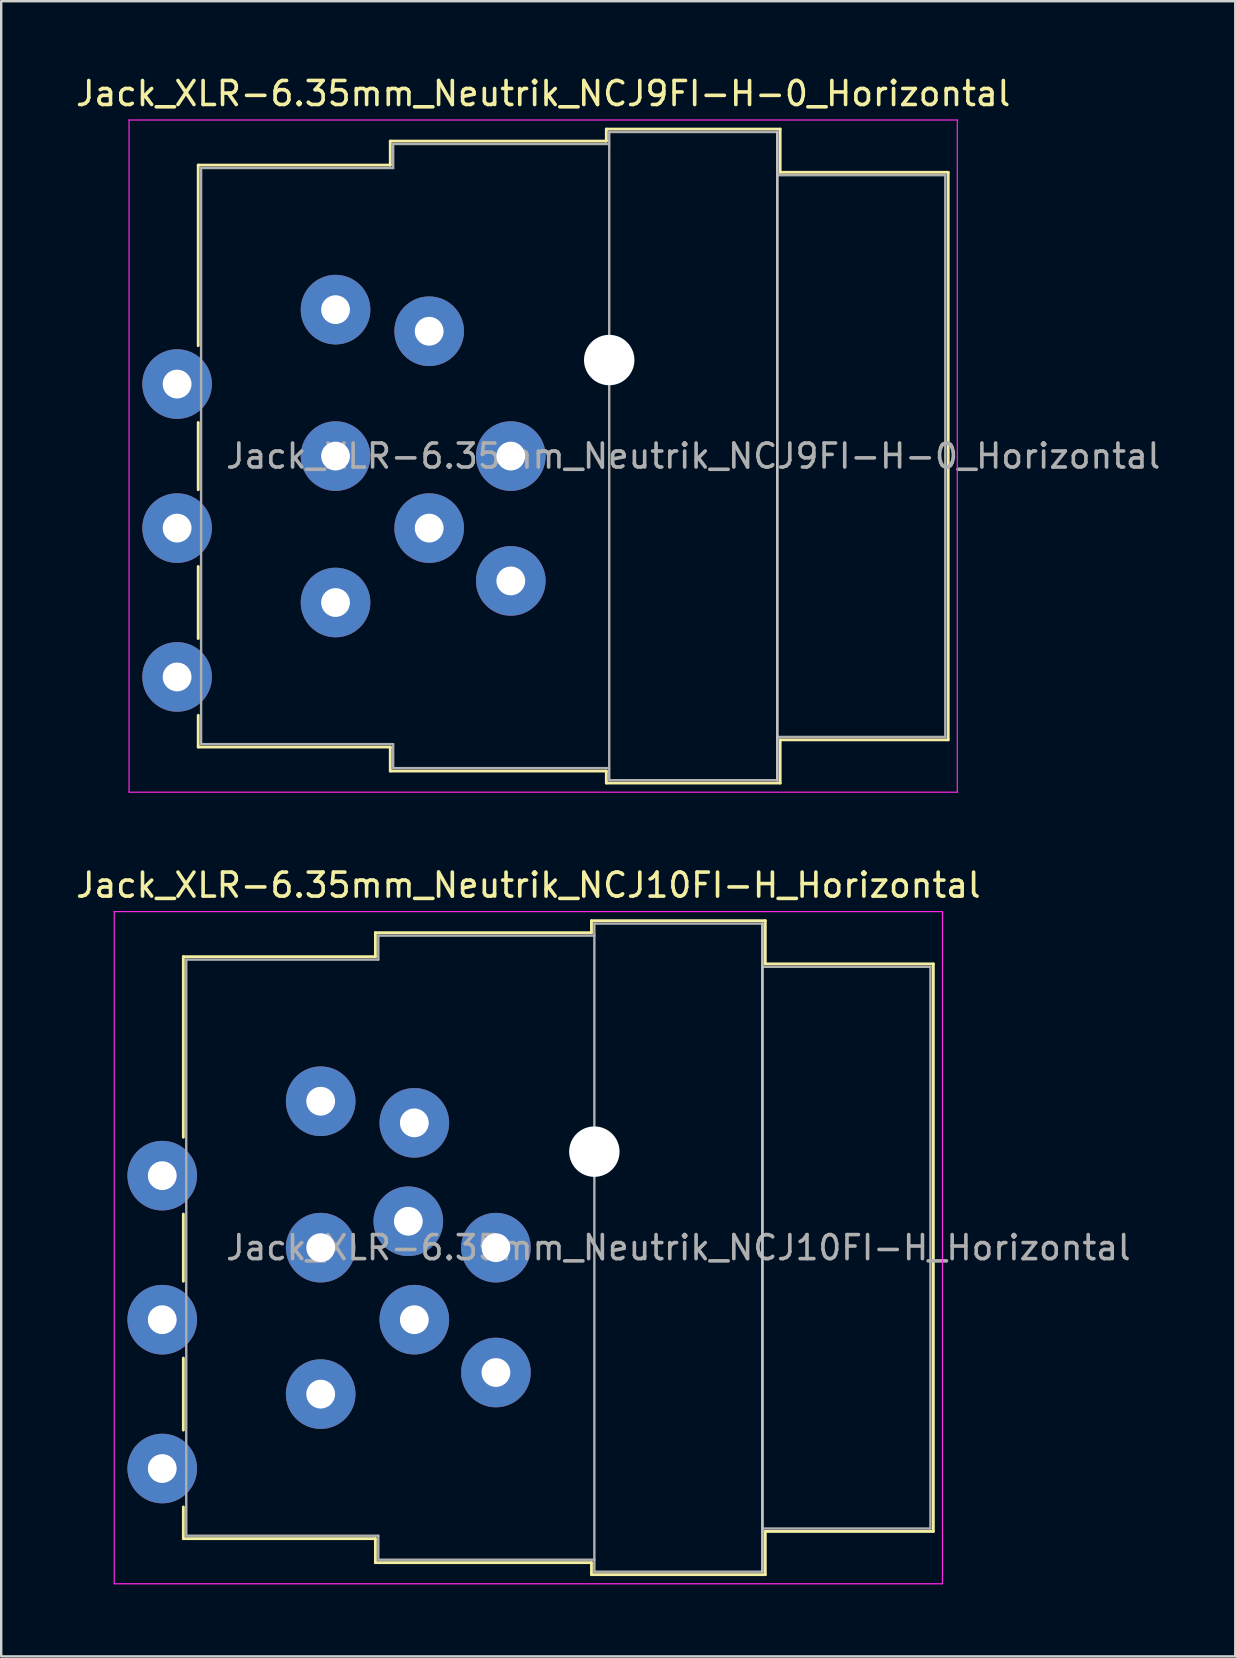
<source format=kicad_pcb>
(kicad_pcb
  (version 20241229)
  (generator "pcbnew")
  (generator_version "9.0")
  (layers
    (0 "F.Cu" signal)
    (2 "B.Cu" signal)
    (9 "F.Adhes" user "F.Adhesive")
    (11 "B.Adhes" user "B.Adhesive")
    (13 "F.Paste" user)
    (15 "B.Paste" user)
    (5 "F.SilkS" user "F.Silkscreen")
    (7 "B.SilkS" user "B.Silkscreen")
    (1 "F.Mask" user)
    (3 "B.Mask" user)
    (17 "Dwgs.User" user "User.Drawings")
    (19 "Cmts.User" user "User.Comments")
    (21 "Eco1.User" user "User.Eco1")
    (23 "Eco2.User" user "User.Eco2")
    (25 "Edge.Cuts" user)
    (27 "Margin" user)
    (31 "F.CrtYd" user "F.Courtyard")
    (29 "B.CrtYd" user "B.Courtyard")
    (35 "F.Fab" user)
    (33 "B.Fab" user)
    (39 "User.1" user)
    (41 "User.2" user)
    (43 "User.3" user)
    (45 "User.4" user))
  (footprint "Jack_XLR-6.35mm_Neutrik_NCJ9FI-H-0_Horizontal"
    (layer "F.Cu")
    (at 10.927 9.848)
    (property "Reference" "Jack_XLR-6.35mm_Neutrik_NCJ9FI-H-0_Horizontal" (at 8.65 -9 0) (layer "F.SilkS") (effects (font (size 1 1) (thickness 0.15))))
    (attr through_hole)
    (fp_line (start -5.72 -6.02) (end -5.72 1.5) (stroke (width 0.12) (type solid)) (layer "F.SilkS"))
    (fp_line (start -5.72 4.7) (end -5.72 7.5) (stroke (width 0.12) (type solid)) (layer "F.SilkS"))
    (fp_line (start -5.72 10.7) (end -5.72 13.7) (stroke (width 0.12) (type solid)) (layer "F.SilkS"))
    (fp_line (start -5.72 16.9) (end -5.72 18.22) (stroke (width 0.12) (type solid)) (layer "F.SilkS"))
    (fp_line (start 2.28 -7.02) (end 2.28 -6.02) (stroke (width 0.12) (type solid)) (layer "F.SilkS"))
    (fp_line (start 2.28 -6.02) (end -5.72 -6.02) (stroke (width 0.12) (type solid)) (layer "F.SilkS"))
    (fp_line (start 2.28 18.22) (end -5.72 18.22) (stroke (width 0.12) (type solid)) (layer "F.SilkS"))
    (fp_line (start 2.28 19.22) (end 2.28 18.22) (stroke (width 0.12) (type solid)) (layer "F.SilkS"))
    (fp_line (start 11.28 -7.02) (end 2.28 -7.02) (stroke (width 0.12) (type solid)) (layer "F.SilkS"))
    (fp_line (start 11.28 -7.02) (end 11.28 -7.52) (stroke (width 0.12) (type solid)) (layer "F.SilkS"))
    (fp_line (start 11.28 19.22) (end 2.28 19.22) (stroke (width 0.12) (type solid)) (layer "F.SilkS"))
    (fp_line (start 11.28 19.72) (end 11.28 19.22) (stroke (width 0.12) (type solid)) (layer "F.SilkS"))
    (fp_line (start 18.52 -7.52) (end 11.28 -7.52) (stroke (width 0.12) (type solid)) (layer "F.SilkS"))
    (fp_line (start 18.52 -7.52) (end 18.52 -5.72) (stroke (width 0.12) (type solid)) (layer "F.SilkS"))
    (fp_line (start 18.52 -5.72) (end 25.52 -5.72) (stroke (width 0.12) (type solid)) (layer "F.SilkS"))
    (fp_line (start 18.52 17.92) (end 18.52 19.72) (stroke (width 0.12) (type solid)) (layer "F.SilkS"))
    (fp_line (start 18.52 17.92) (end 25.52 17.92) (stroke (width 0.12) (type solid)) (layer "F.SilkS"))
    (fp_line (start 18.52 19.72) (end 11.28 19.72) (stroke (width 0.12) (type solid)) (layer "F.SilkS"))
    (fp_line (start 25.52 -5.72) (end 25.52 17.92) (stroke (width 0.12) (type solid)) (layer "F.SilkS"))
    (fp_line (start 18.4 -7.4) (end 18.4 19.6) (stroke (width 0.1) (type solid)) (layer "Dwgs.User"))
    (fp_line (start -8.6 -7.9) (end -8.6 20.1) (stroke (width 0.05) (type solid)) (layer "F.CrtYd"))
    (fp_line (start 25.9 -7.9) (end -8.6 -7.9) (stroke (width 0.05) (type solid)) (layer "F.CrtYd"))
    (fp_line (start 25.9 -7.9) (end 25.9 20.1) (stroke (width 0.05) (type solid)) (layer "F.CrtYd"))
    (fp_line (start 25.9 20.1) (end -8.6 20.1) (stroke (width 0.05) (type solid)) (layer "F.CrtYd"))
    (fp_line (start -5.6 -5.9) (end -5.6 18.1) (stroke (width 0.1) (type solid)) (layer "F.Fab"))
    (fp_line (start -5.6 18.1) (end 2.4 18.1) (stroke (width 0.1) (type solid)) (layer "F.Fab"))
    (fp_line (start 2.4 -6.9) (end 2.4 -5.9) (stroke (width 0.1) (type solid)) (layer "F.Fab"))
    (fp_line (start 2.4 -5.9) (end -5.6 -5.9) (stroke (width 0.1) (type solid)) (layer "F.Fab"))
    (fp_line (start 2.4 18.1) (end 2.4 19.1) (stroke (width 0.1) (type solid)) (layer "F.Fab"))
    (fp_line (start 2.4 19.1) (end 11.4 19.1) (stroke (width 0.1) (type solid)) (layer "F.Fab"))
    (fp_line (start 11.4 -7.4) (end 18.4 -7.4) (stroke (width 0.1) (type solid)) (layer "F.Fab"))
    (fp_line (start 11.4 -6.9) (end 2.4 -6.9) (stroke (width 0.1) (type solid)) (layer "F.Fab"))
    (fp_line (start 11.4 19.6) (end 11.4 -7.4) (stroke (width 0.1) (type solid)) (layer "F.Fab"))
    (fp_line (start 18.4 -7.4) (end 18.4 19.6) (stroke (width 0.1) (type solid)) (layer "F.Fab"))
    (fp_line (start 18.4 -5.6) (end 25.4 -5.6) (stroke (width 0.1) (type solid)) (layer "F.Fab"))
    (fp_line (start 18.4 19.6) (end 11.4 19.6) (stroke (width 0.1) (type solid)) (layer "F.Fab"))
    (fp_line (start 25.4 -5.6) (end 25.4 17.8) (stroke (width 0.1) (type solid)) (layer "F.Fab"))
    (fp_line (start 25.4 17.8) (end 18.4 17.8) (stroke (width 0.1) (type solid)) (layer "F.Fab"))
    (fp_text user "${REFERENCE}" (at 14.9 6.1 0) (layer "F.Fab") (effects (font (size 1 1) (thickness 0.15))))
    (pad "" np_thru_hole circle (at 11.4 2.1) (size 2.1 2.1) (drill 2.1) (layers "*.Cu" "*.Mask"))
    (pad "1" thru_hole circle (at 0 0) (size 2.9 2.9) (drill 1.2) (layers "*.Cu" "*.Mask"))
    (pad "2" thru_hole circle (at 0 12.2) (size 2.9 2.9) (drill 1.2) (layers "*.Cu" "*.Mask"))
    (pad "3" thru_hole circle (at 0 6.1) (size 2.9 2.9) (drill 1.2) (layers "*.Cu" "*.Mask"))
    (pad "G" thru_hole circle (at 7.3 6.1) (size 2.9 2.9) (drill 1.2) (layers "*.Cu" "*.Mask"))
    (pad "R" thru_hole circle (at 3.9 0.9) (size 2.9 2.9) (drill 1.2) (layers "*.Cu" "*.Mask"))
    (pad "RN" thru_hole circle (at -6.6 3.1) (size 2.9 2.9) (drill 1.2) (layers "*.Cu" "*.Mask"))
    (pad "S" thru_hole circle (at 7.3 11.3) (size 2.9 2.9) (drill 1.2) (layers "*.Cu" "*.Mask"))
    (pad "SN" thru_hole circle (at 3.9 9.1) (size 2.9 2.9) (drill 1.2) (layers "*.Cu" "*.Mask"))
    (pad "T" thru_hole circle (at -6.6 15.3) (size 2.9 2.9) (drill 1.2) (layers "*.Cu" "*.Mask"))
    (pad "TN" thru_hole circle (at -6.6 9.1) (size 2.9 2.9) (drill 1.2) (layers "*.Cu" "*.Mask")))
  (footprint "Jack_XLR-6.35mm_Neutrik_NCJ10FI-H_Horizontal"
    (layer "F.Cu")
    (at 10.308 42.822)
    (property "Reference" "Jack_XLR-6.35mm_Neutrik_NCJ10FI-H_Horizontal" (at 8.65 -9 0) (layer "F.SilkS") (effects (font (size 1 1) (thickness 0.15))))
    (attr through_hole)
    (fp_line (start -5.72 -6.02) (end -5.72 1.5) (stroke (width 0.12) (type solid)) (layer "F.SilkS"))
    (fp_line (start -5.72 4.7) (end -5.72 7.5) (stroke (width 0.12) (type solid)) (layer "F.SilkS"))
    (fp_line (start -5.72 10.7) (end -5.72 13.7) (stroke (width 0.12) (type solid)) (layer "F.SilkS"))
    (fp_line (start -5.72 16.9) (end -5.72 18.22) (stroke (width 0.12) (type solid)) (layer "F.SilkS"))
    (fp_line (start 2.28 -7.02) (end 2.28 -6.02) (stroke (width 0.12) (type solid)) (layer "F.SilkS"))
    (fp_line (start 2.28 -6.02) (end -5.72 -6.02) (stroke (width 0.12) (type solid)) (layer "F.SilkS"))
    (fp_line (start 2.28 18.22) (end -5.72 18.22) (stroke (width 0.12) (type solid)) (layer "F.SilkS"))
    (fp_line (start 2.28 19.22) (end 2.28 18.22) (stroke (width 0.12) (type solid)) (layer "F.SilkS"))
    (fp_line (start 11.28 -7.02) (end 2.28 -7.02) (stroke (width 0.12) (type solid)) (layer "F.SilkS"))
    (fp_line (start 11.28 -7.02) (end 11.28 -7.52) (stroke (width 0.12) (type solid)) (layer "F.SilkS"))
    (fp_line (start 11.28 19.22) (end 2.28 19.22) (stroke (width 0.12) (type solid)) (layer "F.SilkS"))
    (fp_line (start 11.28 19.72) (end 11.28 19.22) (stroke (width 0.12) (type solid)) (layer "F.SilkS"))
    (fp_line (start 18.52 -7.52) (end 11.28 -7.52) (stroke (width 0.12) (type solid)) (layer "F.SilkS"))
    (fp_line (start 18.52 -7.52) (end 18.52 -5.72) (stroke (width 0.12) (type solid)) (layer "F.SilkS"))
    (fp_line (start 18.52 -5.72) (end 25.52 -5.72) (stroke (width 0.12) (type solid)) (layer "F.SilkS"))
    (fp_line (start 18.52 17.92) (end 18.52 19.72) (stroke (width 0.12) (type solid)) (layer "F.SilkS"))
    (fp_line (start 18.52 17.92) (end 25.52 17.92) (stroke (width 0.12) (type solid)) (layer "F.SilkS"))
    (fp_line (start 18.52 19.72) (end 11.28 19.72) (stroke (width 0.12) (type solid)) (layer "F.SilkS"))
    (fp_line (start 25.52 -5.72) (end 25.52 17.92) (stroke (width 0.12) (type solid)) (layer "F.SilkS"))
    (fp_line (start 18.4 -7.4) (end 18.4 19.6) (stroke (width 0.1) (type solid)) (layer "Dwgs.User"))
    (fp_line (start -8.6 -7.9) (end -8.6 20.1) (stroke (width 0.05) (type solid)) (layer "F.CrtYd"))
    (fp_line (start 25.9 -7.9) (end -8.6 -7.9) (stroke (width 0.05) (type solid)) (layer "F.CrtYd"))
    (fp_line (start 25.9 -7.9) (end 25.9 20.1) (stroke (width 0.05) (type solid)) (layer "F.CrtYd"))
    (fp_line (start 25.9 20.1) (end -8.6 20.1) (stroke (width 0.05) (type solid)) (layer "F.CrtYd"))
    (fp_line (start -5.6 -5.9) (end -5.6 18.1) (stroke (width 0.1) (type solid)) (layer "F.Fab"))
    (fp_line (start -5.6 18.1) (end 2.4 18.1) (stroke (width 0.1) (type solid)) (layer "F.Fab"))
    (fp_line (start 2.4 -6.9) (end 2.4 -5.9) (stroke (width 0.1) (type solid)) (layer "F.Fab"))
    (fp_line (start 2.4 -5.9) (end -5.6 -5.9) (stroke (width 0.1) (type solid)) (layer "F.Fab"))
    (fp_line (start 2.4 18.1) (end 2.4 19.1) (stroke (width 0.1) (type solid)) (layer "F.Fab"))
    (fp_line (start 2.4 19.1) (end 11.4 19.1) (stroke (width 0.1) (type solid)) (layer "F.Fab"))
    (fp_line (start 11.4 -7.4) (end 18.4 -7.4) (stroke (width 0.1) (type solid)) (layer "F.Fab"))
    (fp_line (start 11.4 -6.9) (end 2.4 -6.9) (stroke (width 0.1) (type solid)) (layer "F.Fab"))
    (fp_line (start 11.4 19.6) (end 11.4 -7.4) (stroke (width 0.1) (type solid)) (layer "F.Fab"))
    (fp_line (start 18.4 -7.4) (end 18.4 19.6) (stroke (width 0.1) (type solid)) (layer "F.Fab"))
    (fp_line (start 18.4 -5.6) (end 25.4 -5.6) (stroke (width 0.1) (type solid)) (layer "F.Fab"))
    (fp_line (start 18.4 19.6) (end 11.4 19.6) (stroke (width 0.1) (type solid)) (layer "F.Fab"))
    (fp_line (start 25.4 -5.6) (end 25.4 17.8) (stroke (width 0.1) (type solid)) (layer "F.Fab"))
    (fp_line (start 25.4 17.8) (end 18.4 17.8) (stroke (width 0.1) (type solid)) (layer "F.Fab"))
    (fp_text user "${REFERENCE}" (at 14.9 6.1 0) (layer "F.Fab") (effects (font (size 1 1) (thickness 0.15))))
    (pad "" np_thru_hole circle (at 11.4 2.1) (size 2.1 2.1) (drill 2.1) (layers "*.Cu" "*.Mask"))
    (pad "1" thru_hole circle (at 0 0) (size 2.9 2.9) (drill 1.2) (layers "*.Cu" "*.Mask"))
    (pad "2" thru_hole circle (at 0 12.2) (size 2.9 2.9) (drill 1.2) (layers "*.Cu" "*.Mask"))
    (pad "3" thru_hole circle (at 0 6.1) (size 2.9 2.9) (drill 1.2) (layers "*.Cu" "*.Mask"))
    (pad "G" thru_hole circle (at 7.3 6.1) (size 2.9 2.9) (drill 1.2) (layers "*.Cu" "*.Mask"))
    (pad "GN" thru_hole circle (at 3.65 5) (size 2.9 2.9) (drill 1.2) (layers "*.Cu" "*.Mask"))
    (pad "R" thru_hole circle (at 3.9 0.9) (size 2.9 2.9) (drill 1.2) (layers "*.Cu" "*.Mask"))
    (pad "RN" thru_hole circle (at -6.6 3.1) (size 2.9 2.9) (drill 1.2) (layers "*.Cu" "*.Mask"))
    (pad "S" thru_hole circle (at 7.3 11.3) (size 2.9 2.9) (drill 1.2) (layers "*.Cu" "*.Mask"))
    (pad "SN" thru_hole circle (at 3.9 9.1) (size 2.9 2.9) (drill 1.2) (layers "*.Cu" "*.Mask"))
    (pad "T" thru_hole circle (at -6.6 15.3) (size 2.9 2.9) (drill 1.2) (layers "*.Cu" "*.Mask"))
    (pad "TN" thru_hole circle (at -6.6 9.1) (size 2.9 2.9) (drill 1.2) (layers "*.Cu" "*.Mask")))
  (gr_rect
    (start -3 -3)
    (end 48.405 65.947)
    (stroke (width 0.1) (type default))
    (fill no)
    (layer "Edge.Cuts")))
</source>
